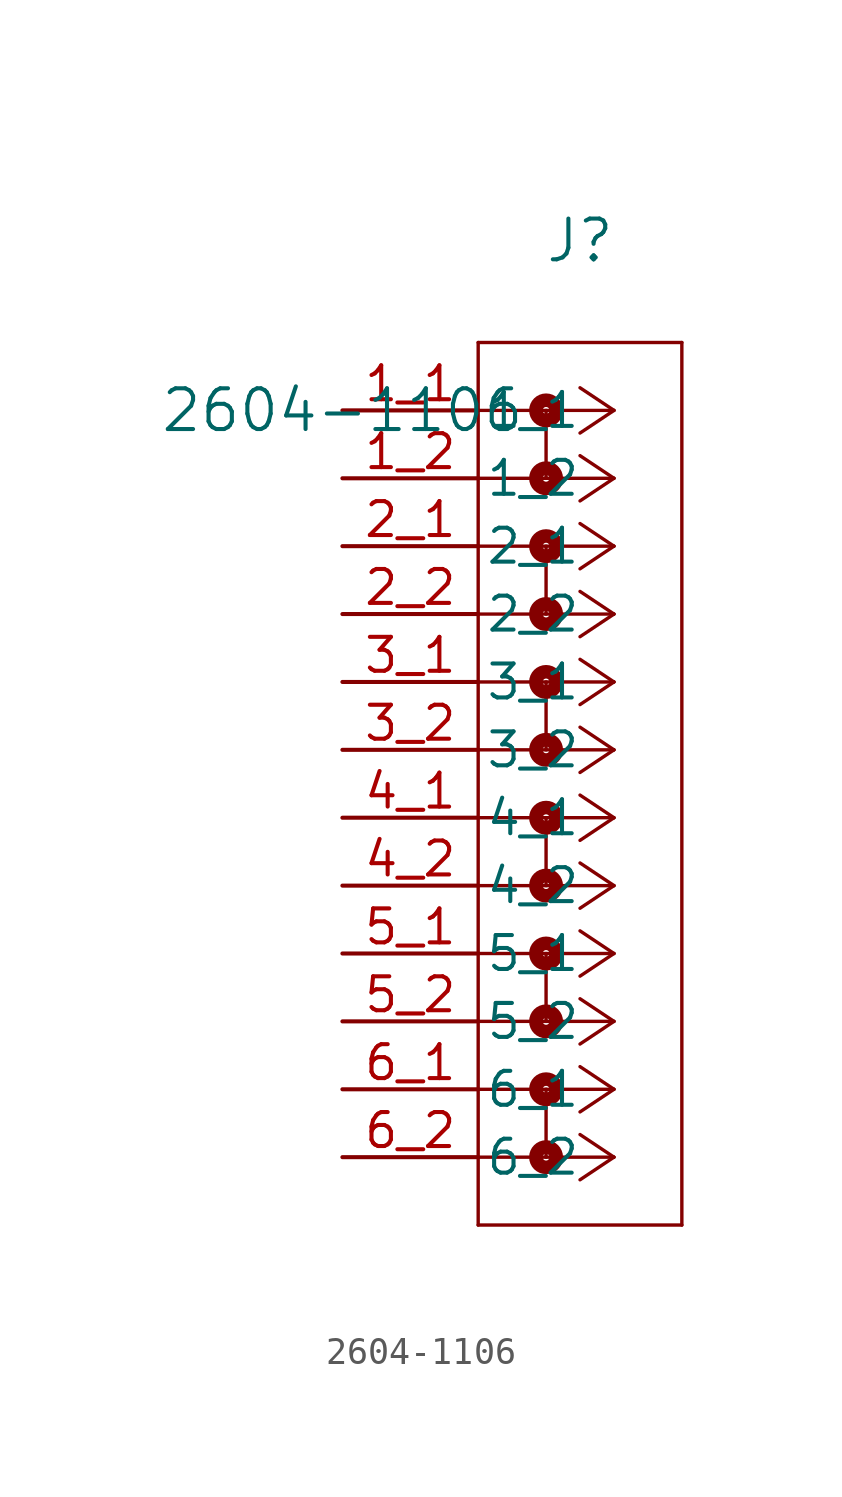
<source format=kicad_sym>
(kicad_symbol_lib
  (version 20211014)
  (generator kicad_symbol_editor)
  (symbol "2604-1106"
    (pin_names
      (offset 0.254))
    (property "Reference" "J"
      (at 8.89 6.35 0)
      (effects (font (size 1.524 1.524))))
    (property "Value" "2604-1106"
      (at 0 0 0)
      (effects (font (size 1.524 1.524))))
    (symbol "2604-1106_0_1"
      (polyline (pts (xy 10.16 0) (xy 5.08 0)) (stroke (width 0.127) (type default) (color 0 0 0 0)) (fill (type none)))
      (polyline (pts (xy 10.16 -2.54) (xy 5.08 -2.54)) (stroke (width 0.127) (type default) (color 0 0 0 0)) (fill (type none)))
      (polyline (pts (xy 10.16 -5.08) (xy 5.08 -5.08)) (stroke (width 0.127) (type default) (color 0 0 0 0)) (fill (type none)))
      (polyline (pts (xy 10.16 -7.62) (xy 5.08 -7.62)) (stroke (width 0.127) (type default) (color 0 0 0 0)) (fill (type none)))
      (polyline (pts (xy 10.16 -10.16) (xy 5.08 -10.16)) (stroke (width 0.127) (type default) (color 0 0 0 0)) (fill (type none)))
      (polyline (pts (xy 10.16 -12.7) (xy 5.08 -12.7)) (stroke (width 0.127) (type default) (color 0 0 0 0)) (fill (type none)))
      (polyline (pts (xy 10.16 -15.24) (xy 5.08 -15.24)) (stroke (width 0.127) (type default) (color 0 0 0 0)) (fill (type none)))
      (polyline (pts (xy 10.16 -17.78) (xy 5.08 -17.78)) (stroke (width 0.127) (type default) (color 0 0 0 0)) (fill (type none)))
      (polyline (pts (xy 10.16 -20.32) (xy 5.08 -20.32)) (stroke (width 0.127) (type default) (color 0 0 0 0)) (fill (type none)))
      (polyline (pts (xy 10.16 -22.86) (xy 5.08 -22.86)) (stroke (width 0.127) (type default) (color 0 0 0 0)) (fill (type none)))
      (polyline (pts (xy 10.16 -25.4) (xy 5.08 -25.4)) (stroke (width 0.127) (type default) (color 0 0 0 0)) (fill (type none)))
      (polyline (pts (xy 10.16 -27.94) (xy 5.08 -27.94)) (stroke (width 0.127) (type default) (color 0 0 0 0)) (fill (type none)))
      (polyline (pts (xy 10.16 0) (xy 8.89 0.847)) (stroke (width 0.127) (type default) (color 0 0 0 0)) (fill (type none)))
      (polyline (pts (xy 10.16 -2.54) (xy 8.89 -1.693)) (stroke (width 0.127) (type default) (color 0 0 0 0)) (fill (type none)))
      (polyline (pts (xy 10.16 -5.08) (xy 8.89 -4.233)) (stroke (width 0.127) (type default) (color 0 0 0 0)) (fill (type none)))
      (polyline (pts (xy 10.16 -7.62) (xy 8.89 -6.773)) (stroke (width 0.127) (type default) (color 0 0 0 0)) (fill (type none)))
      (polyline (pts (xy 10.16 -10.16) (xy 8.89 -9.313)) (stroke (width 0.127) (type default) (color 0 0 0 0)) (fill (type none)))
      (polyline (pts (xy 10.16 -12.7) (xy 8.89 -11.853)) (stroke (width 0.127) (type default) (color 0 0 0 0)) (fill (type none)))
      (polyline (pts (xy 10.16 -15.24) (xy 8.89 -14.393)) (stroke (width 0.127) (type default) (color 0 0 0 0)) (fill (type none)))
      (polyline (pts (xy 10.16 -17.78) (xy 8.89 -16.933)) (stroke (width 0.127) (type default) (color 0 0 0 0)) (fill (type none)))
      (polyline (pts (xy 10.16 -20.32) (xy 8.89 -19.473)) (stroke (width 0.127) (type default) (color 0 0 0 0)) (fill (type none)))
      (polyline (pts (xy 10.16 -22.86) (xy 8.89 -22.013)) (stroke (width 0.127) (type default) (color 0 0 0 0)) (fill (type none)))
      (polyline (pts (xy 10.16 -25.4) (xy 8.89 -24.553)) (stroke (width 0.127) (type default) (color 0 0 0 0)) (fill (type none)))
      (polyline (pts (xy 10.16 -27.94) (xy 8.89 -27.093)) (stroke (width 0.127) (type default) (color 0 0 0 0)) (fill (type none)))
      (polyline (pts (xy 10.16 0) (xy 8.89 -0.847)) (stroke (width 0.127) (type default) (color 0 0 0 0)) (fill (type none)))
      (polyline (pts (xy 10.16 -2.54) (xy 8.89 -3.387)) (stroke (width 0.127) (type default) (color 0 0 0 0)) (fill (type none)))
      (polyline (pts (xy 10.16 -5.08) (xy 8.89 -5.927)) (stroke (width 0.127) (type default) (color 0 0 0 0)) (fill (type none)))
      (polyline (pts (xy 10.16 -7.62) (xy 8.89 -8.467)) (stroke (width 0.127) (type default) (color 0 0 0 0)) (fill (type none)))
      (polyline (pts (xy 10.16 -10.16) (xy 8.89 -11.007)) (stroke (width 0.127) (type default) (color 0 0 0 0)) (fill (type none)))
      (polyline (pts (xy 10.16 -12.7) (xy 8.89 -13.547)) (stroke (width 0.127) (type default) (color 0 0 0 0)) (fill (type none)))
      (polyline (pts (xy 10.16 -15.24) (xy 8.89 -16.087)) (stroke (width 0.127) (type default) (color 0 0 0 0)) (fill (type none)))
      (polyline (pts (xy 10.16 -17.78) (xy 8.89 -18.627)) (stroke (width 0.127) (type default) (color 0 0 0 0)) (fill (type none)))
      (polyline (pts (xy 10.16 -20.32) (xy 8.89 -21.167)) (stroke (width 0.127) (type default) (color 0 0 0 0)) (fill (type none)))
      (polyline (pts (xy 10.16 -22.86) (xy 8.89 -23.707)) (stroke (width 0.127) (type default) (color 0 0 0 0)) (fill (type none)))
      (polyline (pts (xy 10.16 -25.4) (xy 8.89 -26.247)) (stroke (width 0.127) (type default) (color 0 0 0 0)) (fill (type none)))
      (polyline (pts (xy 10.16 -27.94) (xy 8.89 -28.787)) (stroke (width 0.127) (type default) (color 0 0 0 0)) (fill (type none)))
      (polyline (pts (xy 5.08 2.54) (xy 5.08 -30.48)) (stroke (width 0.127) (type default) (color 0 0 0 0)) (fill (type none)))
      (polyline (pts (xy 5.08 -30.48) (xy 12.7 -30.48)) (stroke (width 0.127) (type default) (color 0 0 0 0)) (fill (type none)))
      (polyline (pts (xy 12.7 -30.48) (xy 12.7 2.54)) (stroke (width 0.127) (type default) (color 0 0 0 0)) (fill (type none)))
      (polyline (pts (xy 12.7 2.54) (xy 5.08 2.54)) (stroke (width 0.127) (type default) (color 0 0 0 0)) (fill (type none)))
      (circle (center 7.62 0) (radius 0.127) (stroke (width 0.508) (type default) (color 0 0 0 0)) (fill (type none)))
      (polyline (pts (xy 7.62 0) (xy 7.62 -2.54)) (stroke (width 0.127) (type default) (color 0 0 0 0)) (fill (type none)))
      (circle (center 7.62 -2.54) (radius 0.127) (stroke (width 0.508) (type default) (color 0 0 0 0)) (fill (type none)))
      (circle (center 7.62 -5.08) (radius 0.127) (stroke (width 0.508) (type default) (color 0 0 0 0)) (fill (type none)))
      (polyline (pts (xy 7.62 -5.08) (xy 7.62 -7.62)) (stroke (width 0.127) (type default) (color 0 0 0 0)) (fill (type none)))
      (circle (center 7.62 -7.62) (radius 0.127) (stroke (width 0.508) (type default) (color 0 0 0 0)) (fill (type none)))
      (circle (center 7.62 -10.16) (radius 0.127) (stroke (width 0.508) (type default) (color 0 0 0 0)) (fill (type none)))
      (polyline (pts (xy 7.62 -10.16) (xy 7.62 -12.7)) (stroke (width 0.127) (type default) (color 0 0 0 0)) (fill (type none)))
      (circle (center 7.62 -12.7) (radius 0.127) (stroke (width 0.508) (type default) (color 0 0 0 0)) (fill (type none)))
      (circle (center 7.62 -15.24) (radius 0.127) (stroke (width 0.508) (type default) (color 0 0 0 0)) (fill (type none)))
      (polyline (pts (xy 7.62 -15.24) (xy 7.62 -17.78)) (stroke (width 0.127) (type default) (color 0 0 0 0)) (fill (type none)))
      (circle (center 7.62 -17.78) (radius 0.127) (stroke (width 0.508) (type default) (color 0 0 0 0)) (fill (type none)))
      (circle (center 7.62 -20.32) (radius 0.127) (stroke (width 0.508) (type default) (color 0 0 0 0)) (fill (type none)))
      (polyline (pts (xy 7.62 -20.32) (xy 7.62 -22.86)) (stroke (width 0.127) (type default) (color 0 0 0 0)) (fill (type none)))
      (circle (center 7.62 -22.86) (radius 0.127) (stroke (width 0.508) (type default) (color 0 0 0 0)) (fill (type none)))
      (circle (center 7.62 -25.4) (radius 0.127) (stroke (width 0.508) (type default) (color 0 0 0 0)) (fill (type none)))
      (polyline (pts (xy 7.62 -25.4) (xy 7.62 -27.94)) (stroke (width 0.127) (type default) (color 0 0 0 0)) (fill (type none)))
      (circle (center 7.62 -27.94) (radius 0.127) (stroke (width 0.508) (type default) (color 0 0 0 0)) (fill (type none)))
      (pin unspecified line (at 0 0 0) (length 5.08) (name "1_1" (effects (font (size 1.27 1.27)))) (number "1_1" (effects (font (size 1.27 1.27)))))
      (pin unspecified line (at 0 -2.54 0) (length 5.08) (name "1_2" (effects (font (size 1.27 1.27)))) (number "1_2" (effects (font (size 1.27 1.27)))))
      (pin unspecified line (at 0 -5.08 0) (length 5.08) (name "2_1" (effects (font (size 1.27 1.27)))) (number "2_1" (effects (font (size 1.27 1.27)))))
      (pin unspecified line (at 0 -7.62 0) (length 5.08) (name "2_2" (effects (font (size 1.27 1.27)))) (number "2_2" (effects (font (size 1.27 1.27)))))
      (pin unspecified line (at 0 -10.16 0) (length 5.08) (name "3_1" (effects (font (size 1.27 1.27)))) (number "3_1" (effects (font (size 1.27 1.27)))))
      (pin unspecified line (at 0 -12.7 0) (length 5.08) (name "3_2" (effects (font (size 1.27 1.27)))) (number "3_2" (effects (font (size 1.27 1.27)))))
      (pin unspecified line (at 0 -15.24 0) (length 5.08) (name "4_1" (effects (font (size 1.27 1.27)))) (number "4_1" (effects (font (size 1.27 1.27)))))
      (pin unspecified line (at 0 -17.78 0) (length 5.08) (name "4_2" (effects (font (size 1.27 1.27)))) (number "4_2" (effects (font (size 1.27 1.27)))))
      (pin unspecified line (at 0 -20.32 0) (length 5.08) (name "5_1" (effects (font (size 1.27 1.27)))) (number "5_1" (effects (font (size 1.27 1.27)))))
      (pin unspecified line (at 0 -22.86 0) (length 5.08) (name "5_2" (effects (font (size 1.27 1.27)))) (number "5_2" (effects (font (size 1.27 1.27)))))
      (pin unspecified line (at 0 -25.4 0) (length 5.08) (name "6_1" (effects (font (size 1.27 1.27)))) (number "6_1" (effects (font (size 1.27 1.27)))))
      (pin unspecified line (at 0 -27.94 0) (length 5.08) (name "6_2" (effects (font (size 1.27 1.27)))) (number "6_2" (effects (font (size 1.27 1.27))))))))
</source>
